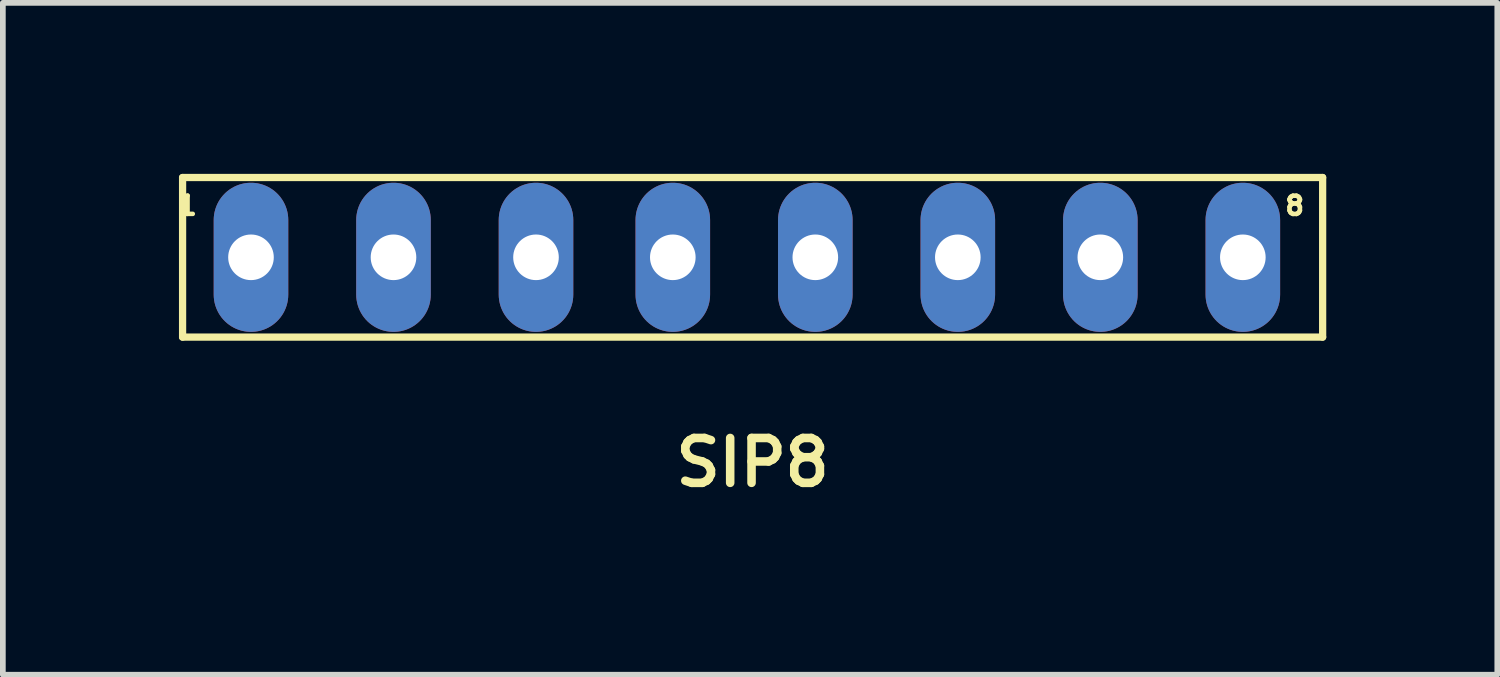
<source format=kicad_pcb>
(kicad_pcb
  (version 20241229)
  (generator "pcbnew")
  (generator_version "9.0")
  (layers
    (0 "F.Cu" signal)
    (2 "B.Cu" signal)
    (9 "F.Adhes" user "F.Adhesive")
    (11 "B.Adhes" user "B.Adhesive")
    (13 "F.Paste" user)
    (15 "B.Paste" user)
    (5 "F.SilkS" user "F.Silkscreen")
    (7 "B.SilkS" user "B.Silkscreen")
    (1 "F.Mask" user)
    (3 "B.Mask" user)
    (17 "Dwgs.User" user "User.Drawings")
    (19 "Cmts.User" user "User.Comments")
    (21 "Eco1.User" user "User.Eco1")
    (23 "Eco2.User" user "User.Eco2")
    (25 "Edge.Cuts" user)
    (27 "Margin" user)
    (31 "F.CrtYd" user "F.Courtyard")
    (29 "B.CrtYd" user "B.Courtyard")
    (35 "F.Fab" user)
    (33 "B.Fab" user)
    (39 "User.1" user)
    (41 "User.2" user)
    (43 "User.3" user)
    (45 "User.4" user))
  (footprint "SIP8"
    (layer "F.Cu")
    (at 10.153 5.064)
    (property "Reference" "SIP8" (at 0 0 0) (layer "F.SilkS") (effects (font (size 0.787 0.787) (thickness 0.15))))
    (attr through_hole)
    (fp_line (start -10 -5) (end -10 -2.2) (stroke (width 0.127) (type solid)) (layer "F.SilkS"))
    (fp_line (start -10 -5) (end 10 -5) (stroke (width 0.127) (type solid)) (layer "F.SilkS"))
    (fp_line (start -10 -2.2) (end 10 -2.2) (stroke (width 0.127) (type solid)) (layer "F.SilkS"))
    (fp_line (start 10 -2.2) (end 10 -5) (stroke (width 0.127) (type solid)) (layer "F.SilkS"))
    (fp_text user "8" (at 9.51 -4.505 0) (layer "F.SilkS") (effects (font (size 0.32 0.32) (thickness 0.15))))
    (fp_text user "1" (at -9.913 -4.506 0) (layer "F.SilkS") (effects (font (size 0.32 0.32) (thickness 0.15))))
    (pad "1" thru_hole oval (at -8.8 -3.6) (size 1.308 2.616) (drill 0.8) (layers "*.Cu" "*.Mask"))
    (pad "2" thru_hole oval (at -6.3 -3.6) (size 1.308 2.616) (drill 0.8) (layers "*.Cu" "*.Mask"))
    (pad "3" thru_hole oval (at -3.8 -3.6) (size 1.308 2.616) (drill 0.8) (layers "*.Cu" "*.Mask"))
    (pad "4" thru_hole oval (at -1.4 -3.6) (size 1.308 2.616) (drill 0.8) (layers "*.Cu" "*.Mask"))
    (pad "5" thru_hole oval (at 1.1 -3.6) (size 1.308 2.616) (drill 0.8) (layers "*.Cu" "*.Mask"))
    (pad "6" thru_hole oval (at 3.6 -3.6) (size 1.308 2.616) (drill 0.8) (layers "*.Cu" "*.Mask"))
    (pad "7" thru_hole oval (at 6.1 -3.6) (size 1.308 2.616) (drill 0.8) (layers "*.Cu" "*.Mask"))
    (pad "8" thru_hole oval (at 8.6 -3.6) (size 1.308 2.616) (drill 0.8) (layers "*.Cu" "*.Mask")))
  (gr_rect
    (start -3 -3)
    (end 23.217 8.787)
    (stroke (width 0.1) (type default))
    (fill no)
    (layer "Edge.Cuts")))
</source>
